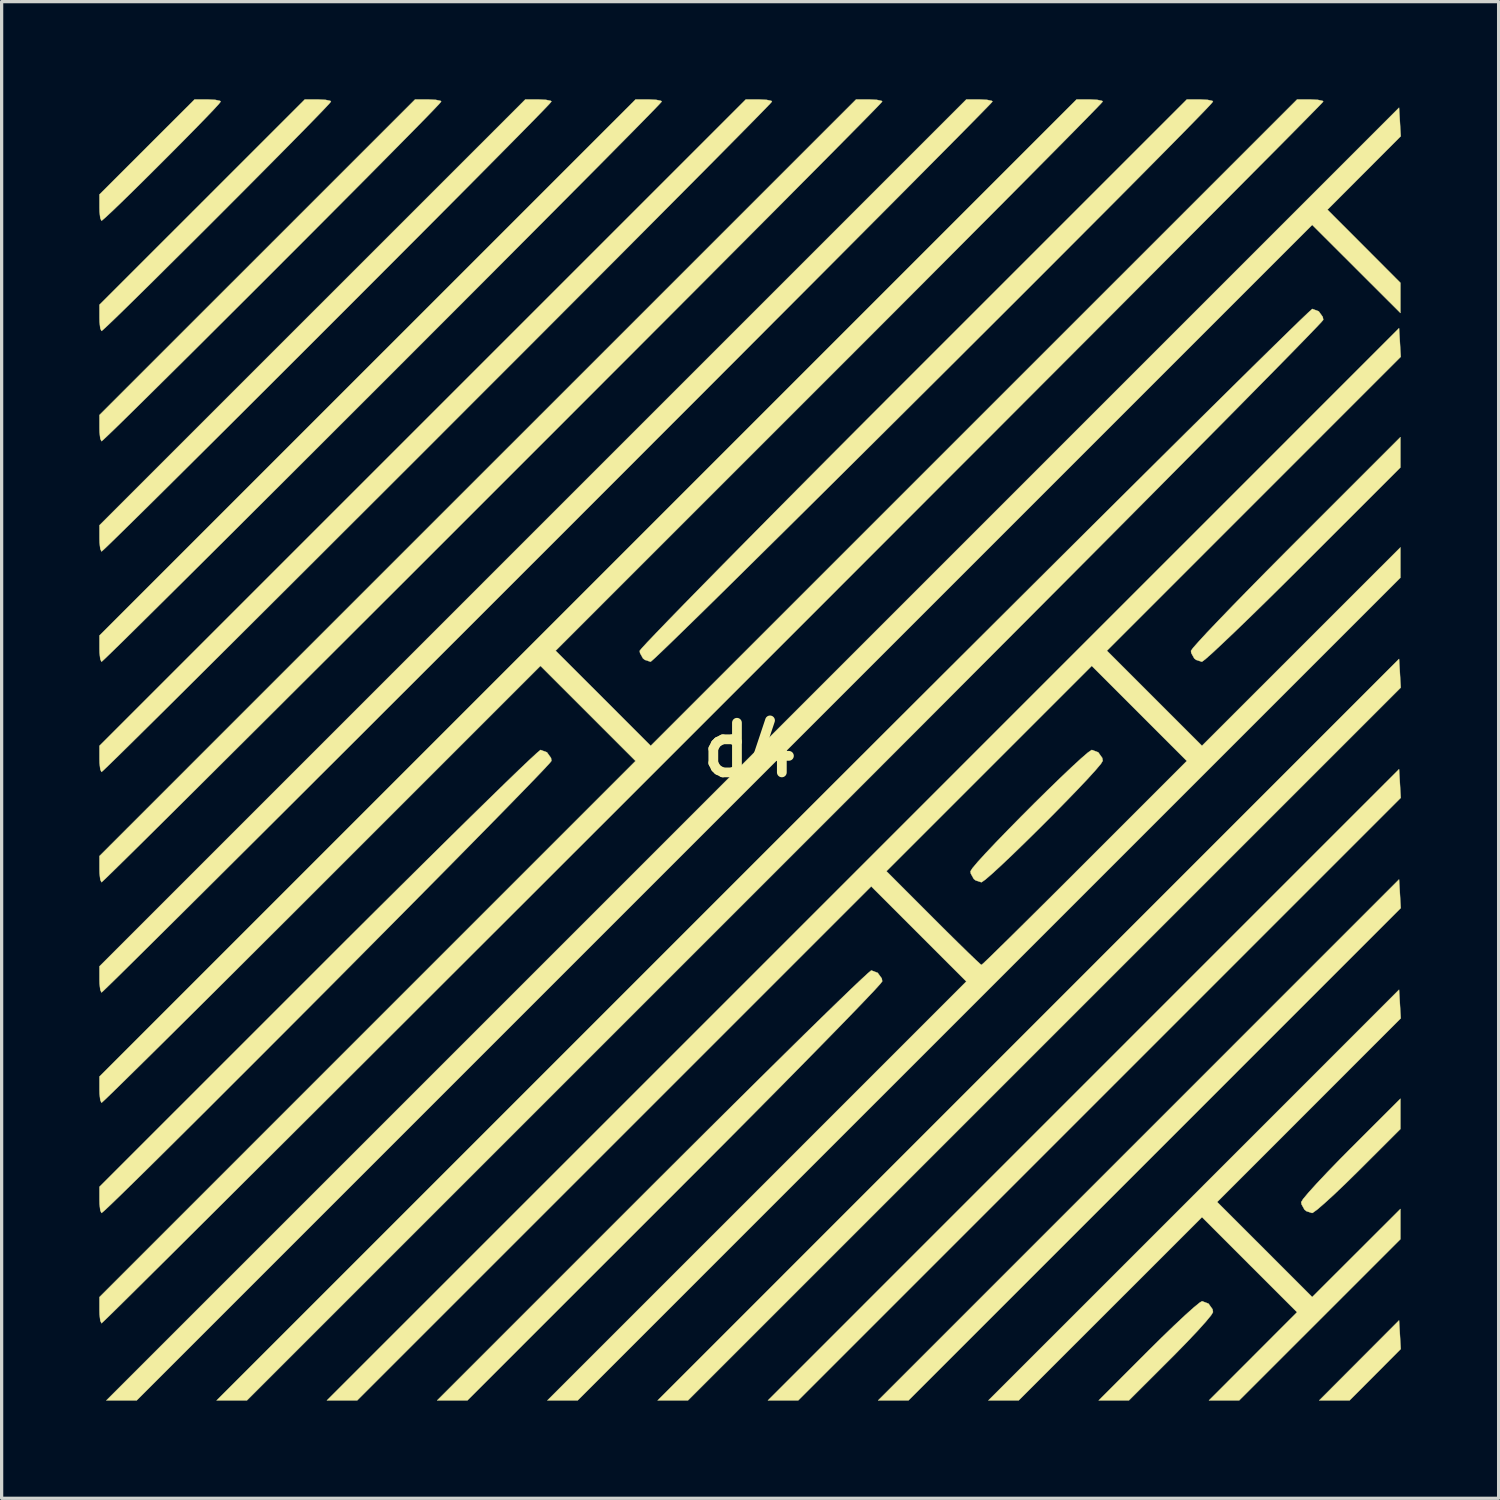
<source format=kicad_pcb>
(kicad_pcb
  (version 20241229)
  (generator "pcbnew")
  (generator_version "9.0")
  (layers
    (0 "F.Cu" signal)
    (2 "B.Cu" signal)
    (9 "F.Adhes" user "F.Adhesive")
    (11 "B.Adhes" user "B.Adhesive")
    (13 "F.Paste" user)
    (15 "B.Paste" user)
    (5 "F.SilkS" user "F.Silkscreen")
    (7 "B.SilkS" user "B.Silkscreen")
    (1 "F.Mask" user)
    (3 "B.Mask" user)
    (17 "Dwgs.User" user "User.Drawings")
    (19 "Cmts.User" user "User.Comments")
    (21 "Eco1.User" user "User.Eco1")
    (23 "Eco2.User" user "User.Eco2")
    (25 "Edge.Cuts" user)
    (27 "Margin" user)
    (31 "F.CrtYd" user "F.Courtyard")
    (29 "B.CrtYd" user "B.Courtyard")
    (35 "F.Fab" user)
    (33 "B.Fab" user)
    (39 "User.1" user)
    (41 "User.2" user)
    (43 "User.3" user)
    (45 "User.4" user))
  (footprint "d4"
    (layer "F.Cu")
    (at 19.986 19.986)
    (property "Reference" "d4" (at 0 0 0) (layer "F.SilkS") (effects (font (size 1.524 1.524) (thickness 0.3))))
    (attr through_hole)
    (fp_poly (pts (xy 19.965 17.962) (xy 19.991 18.402) (xy 19.205 19.192) (xy 18.418 19.981) (xy 17.486 19.981) (xy 18.712 18.752) (xy 19.939 17.522) (xy 19.965 17.962)) (stroke (width 0.01) (type solid)) (fill yes) (layer "F.SilkS"))
    (fp_poly (pts (xy 19.965 4.418) (xy 19.991 4.858) (xy 12.43 12.42) (xy 4.869 19.981) (xy 3.937 19.981) (xy 11.938 11.979) (xy 19.939 3.977) (xy 19.965 4.418)) (stroke (width 0.01) (type solid)) (fill yes) (layer "F.SilkS"))
    (fp_poly (pts (xy 19.965 1.031) (xy 19.991 1.471) (xy 10.737 10.726) (xy 1.482 19.981) (xy 0.551 19.981) (xy 10.245 10.286) (xy 19.939 0.591) (xy 19.965 1.031)) (stroke (width 0.01) (type solid)) (fill yes) (layer "F.SilkS"))
    (fp_poly (pts (xy 19.965 -2.355) (xy 19.991 -1.915) (xy 9.043 9.033) (xy -1.905 19.981) (xy -2.836 19.981) (xy 8.551 8.593) (xy 19.939 -2.796) (xy 19.965 -2.355)) (stroke (width 0.01) (type solid)) (fill yes) (layer "F.SilkS"))
    (fp_poly (pts (xy 19.991 -18.851) (xy 18.866 -17.723) (xy 17.74 -16.595) (xy 18.861 -15.472) (xy 19.981 -14.349) (xy 19.981 -13.422) (xy 18.626 -14.775) (xy 17.271 -16.128) (xy -0.784 1.927) (xy -18.838 19.981) (xy -19.77 19.981) (xy 0.085 0.126) (xy 19.939 -19.729) (xy 19.991 -18.851)) (stroke (width 0.01) (type solid)) (fill yes) (layer "F.SilkS"))
    (fp_poly (pts (xy 14.085 17.007) (xy 14.21 17.181) (xy 14.224 17.269) (xy 14.166 17.365) (xy 14.005 17.561) (xy 13.758 17.836) (xy 13.442 18.171) (xy 13.075 18.547) (xy 12.932 18.691) (xy 11.64 19.981) (xy 10.712 19.981) (xy 12.234 18.457) (xy 12.654 18.042) (xy 13.04 17.67) (xy 13.374 17.357) (xy 13.639 17.12) (xy 13.818 16.974) (xy 13.889 16.933) (xy 14.085 17.007)) (stroke (width 0.01) (type solid)) (fill yes) (layer "F.SilkS"))
    (fp_poly (pts (xy 19.965 7.804) (xy 19.991 8.244) (xy 14.352 13.886) (xy 15.812 15.345) (xy 17.271 16.805) (xy 18.626 15.452) (xy 19.981 14.099) (xy 19.981 15.029) (xy 17.504 17.505) (xy 15.027 19.981) (xy 14.099 19.981) (xy 15.452 18.626) (xy 16.805 17.271) (xy 15.345 15.812) (xy 13.886 14.352) (xy 8.254 19.981) (xy 7.324 19.981) (xy 13.632 13.673) (xy 19.939 7.364) (xy 19.965 7.804)) (stroke (width 0.01) (type solid)) (fill yes) (layer "F.SilkS"))
    (fp_poly (pts (xy 19.981 11.644) (xy 18.689 12.934) (xy 18.302 13.314) (xy 17.95 13.65) (xy 17.65 13.924) (xy 17.424 14.119) (xy 17.289 14.216) (xy 17.267 14.224) (xy 17.094 14.168) (xy 17.035 14.122) (xy 16.944 13.958) (xy 16.933 13.889) (xy 16.991 13.795) (xy 17.154 13.6) (xy 17.405 13.322) (xy 17.729 12.978) (xy 18.109 12.585) (xy 18.457 12.234) (xy 19.981 10.712) (xy 19.981 11.644)) (stroke (width 0.01) (type solid)) (fill yes) (layer "F.SilkS"))
    (fp_poly (pts (xy -16.423 -19.969) (xy -16.279 -19.938) (xy -16.256 -19.917) (xy -16.314 -19.842) (xy -16.474 -19.667) (xy -16.72 -19.41) (xy -17.033 -19.088) (xy -17.396 -18.719) (xy -17.789 -18.323) (xy -18.196 -17.916) (xy -18.598 -17.516) (xy -18.977 -17.142) (xy -19.316 -16.812) (xy -19.596 -16.543) (xy -19.799 -16.354) (xy -19.907 -16.262) (xy -19.919 -16.256) (xy -19.955 -16.332) (xy -19.978 -16.525) (xy -19.981 -16.659) (xy -19.981 -17.062) (xy -18.52 -18.522) (xy -17.059 -19.981) (xy -16.657 -19.981) (xy -16.423 -19.969)) (stroke (width 0.01) (type solid)) (fill yes) (layer "F.SilkS"))
    (fp_poly (pts (xy 19.981 -8.677) (xy 16.996 -5.693) (xy 16.407 -5.107) (xy 15.852 -4.559) (xy 15.341 -4.06) (xy 14.888 -3.623) (xy 14.504 -3.258) (xy 14.202 -2.976) (xy 13.992 -2.79) (xy 13.887 -2.711) (xy 13.881 -2.709) (xy 13.707 -2.766) (xy 13.648 -2.811) (xy 13.557 -2.975) (xy 13.547 -3.044) (xy 13.605 -3.127) (xy 13.773 -3.318) (xy 14.038 -3.606) (xy 14.392 -3.978) (xy 14.821 -4.423) (xy 15.316 -4.93) (xy 15.865 -5.488) (xy 16.457 -6.084) (xy 16.764 -6.392) (xy 19.981 -9.609) (xy 19.981 -8.677)) (stroke (width 0.01) (type solid)) (fill yes) (layer "F.SilkS"))
    (fp_poly (pts (xy -13.037 -19.969) (xy -12.892 -19.939) (xy -12.869 -19.917) (xy -12.927 -19.847) (xy -13.093 -19.67) (xy -13.354 -19.4) (xy -13.696 -19.049) (xy -14.107 -18.631) (xy -14.575 -18.158) (xy -15.086 -17.643) (xy -15.627 -17.099) (xy -16.186 -16.539) (xy -16.749 -15.976) (xy -17.305 -15.422) (xy -17.84 -14.891) (xy -18.34 -14.394) (xy -18.795 -13.946) (xy -19.189 -13.559) (xy -19.511 -13.246) (xy -19.748 -13.02) (xy -19.887 -12.892) (xy -19.918 -12.869) (xy -19.955 -12.945) (xy -19.978 -13.139) (xy -19.981 -13.272) (xy -19.981 -13.675) (xy -16.827 -16.828) (xy -13.673 -19.981) (xy -13.271 -19.981) (xy -13.037 -19.969)) (stroke (width 0.01) (type solid)) (fill yes) (layer "F.SilkS"))
    (fp_poly (pts (xy 3.925 6.847) (xy 4.05 7.02) (xy 4.064 7.108) (xy 4.005 7.184) (xy 3.834 7.373) (xy 3.559 7.664) (xy 3.187 8.051) (xy 2.726 8.526) (xy 2.184 9.08) (xy 1.569 9.707) (xy 0.889 10.397) (xy 0.151 11.142) (xy -0.637 11.936) (xy -1.467 12.769) (xy -2.307 13.61) (xy -8.679 19.981) (xy -9.609 19.981) (xy -3.006 13.377) (xy -2.125 12.498) (xy -1.277 11.653) (xy -0.468 10.85) (xy 0.292 10.097) (xy 0.998 9.401) (xy 1.639 8.769) (xy 2.21 8.211) (xy 2.702 7.733) (xy 3.107 7.342) (xy 3.418 7.048) (xy 3.626 6.856) (xy 3.724 6.775) (xy 3.729 6.773) (xy 3.925 6.847)) (stroke (width 0.01) (type solid)) (fill yes) (layer "F.SilkS"))
    (fp_poly (pts (xy -9.65 -19.969) (xy -9.505 -19.939) (xy -9.483 -19.918) (xy -9.541 -19.849) (xy -9.709 -19.671) (xy -9.976 -19.395) (xy -10.332 -19.032) (xy -10.766 -18.592) (xy -11.267 -18.085) (xy -11.826 -17.521) (xy -12.431 -16.913) (xy -13.072 -16.269) (xy -13.738 -15.601) (xy -14.419 -14.919) (xy -15.104 -14.234) (xy -15.784 -13.556) (xy -16.446 -12.896) (xy -17.081 -12.263) (xy -17.679 -11.67) (xy -18.228 -11.126) (xy -18.718 -10.642) (xy -19.139 -10.228) (xy -19.479 -9.895) (xy -19.73 -9.654) (xy -19.879 -9.514) (xy -19.918 -9.483) (xy -19.955 -9.559) (xy -19.978 -9.752) (xy -19.981 -9.885) (xy -19.981 -10.288) (xy -15.134 -15.134) (xy -10.286 -19.981) (xy -9.885 -19.981) (xy -9.65 -19.969)) (stroke (width 0.01) (type solid)) (fill yes) (layer "F.SilkS"))
    (fp_poly (pts (xy 10.699 0.073) (xy 10.823 0.247) (xy 10.837 0.335) (xy 10.779 0.429) (xy 10.616 0.622) (xy 10.367 0.896) (xy 10.05 1.231) (xy 9.682 1.611) (xy 9.283 2.017) (xy 8.869 2.431) (xy 8.46 2.834) (xy 8.074 3.209) (xy 7.728 3.537) (xy 7.441 3.801) (xy 7.232 3.982) (xy 7.117 4.062) (xy 7.107 4.064) (xy 6.934 4.008) (xy 6.875 3.962) (xy 6.784 3.798) (xy 6.773 3.729) (xy 6.832 3.635) (xy 6.994 3.442) (xy 7.244 3.168) (xy 7.561 2.833) (xy 7.929 2.453) (xy 8.328 2.047) (xy 8.741 1.633) (xy 9.15 1.23) (xy 9.537 0.855) (xy 9.882 0.527) (xy 10.169 0.263) (xy 10.379 0.082) (xy 10.494 0.002) (xy 10.504 0) (xy 10.699 0.073)) (stroke (width 0.01) (type solid)) (fill yes) (layer "F.SilkS"))
    (fp_poly (pts (xy -6.264 -19.969) (xy -6.119 -19.939) (xy -6.096 -19.918) (xy -6.155 -19.85) (xy -6.324 -19.672) (xy -6.595 -19.393) (xy -6.959 -19.022) (xy -7.407 -18.568) (xy -7.929 -18.041) (xy -8.516 -17.449) (xy -9.159 -16.802) (xy -9.849 -16.108) (xy -10.578 -15.377) (xy -11.334 -14.619) (xy -12.111 -13.841) (xy -12.897 -13.054) (xy -13.686 -12.266) (xy -14.466 -11.487) (xy -15.229 -10.726) (xy -15.966 -9.991) (xy -16.668 -9.293) (xy -17.325 -8.64) (xy -17.929 -8.04) (xy -18.469 -7.505) (xy -18.939 -7.042) (xy -19.327 -6.661) (xy -19.625 -6.37) (xy -19.823 -6.18) (xy -19.914 -6.098) (xy -19.918 -6.096) (xy -19.955 -6.172) (xy -19.978 -6.365) (xy -19.981 -6.498) (xy -19.981 -6.901) (xy -13.441 -13.441) (xy -6.9 -19.981) (xy -6.498 -19.981) (xy -6.264 -19.969)) (stroke (width 0.01) (type solid)) (fill yes) (layer "F.SilkS"))
    (fp_poly (pts (xy -2.877 -19.969) (xy -2.732 -19.939) (xy -2.709 -19.918) (xy -2.768 -19.851) (xy -2.938 -19.673) (xy -3.213 -19.391) (xy -3.582 -19.015) (xy -4.039 -18.553) (xy -4.575 -18.011) (xy -5.182 -17.4) (xy -5.852 -16.726) (xy -6.576 -15.998) (xy -7.347 -15.224) (xy -8.155 -14.413) (xy -8.994 -13.573) (xy -9.855 -12.711) (xy -10.729 -11.836) (xy -11.609 -10.956) (xy -12.486 -10.08) (xy -13.352 -9.215) (xy -14.198 -8.37) (xy -15.018 -7.553) (xy -15.802 -6.771) (xy -16.543 -6.034) (xy -17.231 -5.35) (xy -17.86 -4.726) (xy -18.42 -4.171) (xy -18.904 -3.692) (xy -19.303 -3.299) (xy -19.61 -3) (xy -19.815 -2.802) (xy -19.912 -2.713) (xy -19.918 -2.709) (xy -19.955 -2.785) (xy -19.978 -2.979) (xy -19.981 -3.112) (xy -19.981 -3.514) (xy -11.747 -11.748) (xy -3.513 -19.981) (xy -3.111 -19.981) (xy -2.877 -19.969)) (stroke (width 0.01) (type solid)) (fill yes) (layer "F.SilkS"))
    (fp_poly (pts (xy 19.965 -12.516) (xy 19.991 -12.076) (xy 15.478 -7.562) (xy 10.965 -3.048) (xy 13.885 -0.128) (xy 19.981 -6.222) (xy 19.981 -5.291) (xy 7.345 7.345) (xy -5.292 19.981) (xy -6.223 19.981) (xy 0.212 13.547) (xy 6.646 7.112) (xy 3.725 4.191) (xy -4.17 12.086) (xy -12.065 19.981) (xy -12.996 19.981) (xy 3.26 3.725) (xy 4.192 3.725) (xy 5.63 5.164) (xy 6.033 5.566) (xy 6.396 5.924) (xy 6.702 6.223) (xy 6.934 6.446) (xy 7.076 6.577) (xy 7.111 6.604) (xy 7.178 6.546) (xy 7.353 6.379) (xy 7.624 6.114) (xy 7.982 5.763) (xy 8.414 5.336) (xy 8.909 4.845) (xy 9.456 4.301) (xy 10.044 3.714) (xy 10.287 3.471) (xy 13.419 0.339) (xy 11.959 -1.122) (xy 10.499 -2.582) (xy 4.192 3.725) (xy 3.26 3.725) (xy 19.939 -12.956) (xy 19.965 -12.516)) (stroke (width 0.01) (type solid)) (fill yes) (layer "F.SilkS"))
    (fp_poly (pts (xy 0.51 -19.969) (xy 0.655 -19.939) (xy 0.677 -19.918) (xy 0.619 -19.851) (xy 0.447 -19.673) (xy 0.171 -19.39) (xy -0.203 -19.01) (xy -0.667 -18.541) (xy -1.213 -17.989) (xy -1.835 -17.363) (xy -2.524 -16.67) (xy -3.273 -15.917) (xy -4.075 -15.111) (xy -4.923 -14.261) (xy -5.808 -13.374) (xy -6.723 -12.457) (xy -7.661 -11.518) (xy -8.615 -10.564) (xy -9.576 -9.602) (xy -10.537 -8.641) (xy -11.492 -7.687) (xy -12.432 -6.749) (xy -13.349 -5.833) (xy -14.237 -4.947) (xy -15.089 -4.098) (xy -15.895 -3.295) (xy -16.65 -2.544) (xy -17.345 -1.853) (xy -17.973 -1.229) (xy -18.527 -0.681) (xy -18.999 -0.214) (xy -19.381 0.162) (xy -19.667 0.441) (xy -19.848 0.615) (xy -19.918 0.677) (xy -19.918 0.677) (xy -19.955 0.601) (xy -19.978 0.408) (xy -19.981 0.275) (xy -19.981 -0.127) (xy -10.054 -10.054) (xy -0.127 -19.981) (xy 0.275 -19.981) (xy 0.51 -19.969)) (stroke (width 0.01) (type solid)) (fill yes) (layer "F.SilkS"))
    (fp_poly (pts (xy 3.896 -19.969) (xy 4.041 -19.939) (xy 4.064 -19.918) (xy 4.005 -19.852) (xy 3.833 -19.673) (xy 3.555 -19.389) (xy 3.178 -19.007) (xy 2.709 -18.532) (xy 2.154 -17.972) (xy 1.521 -17.335) (xy 0.817 -16.626) (xy 0.048 -15.854) (xy -0.779 -15.024) (xy -1.656 -14.143) (xy -2.577 -13.22) (xy -3.535 -12.26) (xy -4.523 -11.271) (xy -5.534 -10.259) (xy -6.561 -9.231) (xy -7.597 -8.195) (xy -8.635 -7.157) (xy -9.669 -6.124) (xy -10.69 -5.103) (xy -11.694 -4.101) (xy -12.671 -3.125) (xy -13.617 -2.182) (xy -14.523 -1.278) (xy -15.382 -0.422) (xy -16.189 0.381) (xy -16.935 1.124) (xy -17.614 1.799) (xy -18.22 2.4) (xy -18.744 2.919) (xy -19.181 3.35) (xy -19.523 3.686) (xy -19.763 3.92) (xy -19.894 4.044) (xy -19.918 4.064) (xy -19.955 3.988) (xy -19.978 3.795) (xy -19.981 3.662) (xy -19.981 3.259) (xy -8.361 -8.361) (xy 3.26 -19.981) (xy 3.662 -19.981) (xy 3.896 -19.969)) (stroke (width 0.01) (type solid)) (fill yes) (layer "F.SilkS"))
    (fp_poly (pts (xy 17.472 -13.473) (xy 17.596 -13.3) (xy 17.611 -13.212) (xy 17.552 -13.142) (xy 17.377 -12.957) (xy 17.093 -12.662) (xy 16.703 -12.262) (xy 16.213 -11.762) (xy 15.627 -11.167) (xy 14.951 -10.481) (xy 14.188 -9.71) (xy 13.344 -8.858) (xy 12.424 -7.93) (xy 11.432 -6.931) (xy 10.373 -5.866) (xy 9.252 -4.74) (xy 8.075 -3.558) (xy 6.845 -2.324) (xy 5.568 -1.043) (xy 4.248 0.279) (xy 2.891 1.638) (xy 1.5 3.029) (xy 1.079 3.45) (xy -15.452 19.981) (xy -16.383 19.981) (xy 0.381 3.217) (xy 1.791 1.808) (xy 3.17 0.43) (xy 4.513 -0.911) (xy 5.817 -2.212) (xy 7.076 -3.466) (xy 8.284 -4.67) (xy 9.438 -5.819) (xy 10.533 -6.908) (xy 11.563 -7.931) (xy 12.524 -8.885) (xy 13.41 -9.764) (xy 14.218 -10.563) (xy 14.943 -11.279) (xy 15.578 -11.905) (xy 16.121 -12.438) (xy 16.565 -12.872) (xy 16.906 -13.203) (xy 17.14 -13.426) (xy 17.26 -13.535) (xy 17.276 -13.547) (xy 17.472 -13.473)) (stroke (width 0.01) (type solid)) (fill yes) (layer "F.SilkS"))
    (fp_poly (pts (xy 7.283 -19.969) (xy 7.428 -19.939) (xy 7.451 -19.918) (xy 7.392 -19.852) (xy 7.219 -19.674) (xy 6.94 -19.389) (xy 6.56 -19.003) (xy 6.087 -18.525) (xy 5.525 -17.959) (xy 4.883 -17.312) (xy 4.166 -16.591) (xy 3.381 -15.803) (xy 2.535 -14.953) (xy 1.633 -14.048) (xy 0.683 -13.096) (xy -0.309 -12.101) (xy -1.337 -11.071) (xy -2.395 -10.013) (xy -3.474 -8.932) (xy -4.571 -7.835) (xy -5.676 -6.728) (xy -6.786 -5.619) (xy -7.892 -4.514) (xy -8.988 -3.418) (xy -10.068 -2.339) (xy -11.125 -1.284) (xy -12.153 -0.257) (xy -13.146 0.733) (xy -14.096 1.681) (xy -14.998 2.58) (xy -15.845 3.423) (xy -16.63 4.205) (xy -17.347 4.918) (xy -17.99 5.556) (xy -18.552 6.113) (xy -19.026 6.582) (xy -19.406 6.957) (xy -19.686 7.231) (xy -19.859 7.398) (xy -19.918 7.451) (xy -19.955 7.375) (xy -19.978 7.181) (xy -19.981 7.049) (xy -19.981 6.647) (xy -6.668 -6.667) (xy 6.646 -19.981) (xy 7.048 -19.981) (xy 7.283 -19.969)) (stroke (width 0.01) (type solid)) (fill yes) (layer "F.SilkS"))
    (fp_poly (pts (xy -6.235 0.073) (xy -6.11 0.247) (xy -6.096 0.335) (xy -6.154 0.407) (xy -6.324 0.591) (xy -6.595 0.875) (xy -6.959 1.251) (xy -7.406 1.71) (xy -7.927 2.242) (xy -8.514 2.839) (xy -9.157 3.492) (xy -9.847 4.19) (xy -10.574 4.925) (xy -11.331 5.688) (xy -12.107 6.47) (xy -12.893 7.261) (xy -13.681 8.052) (xy -14.461 8.834) (xy -15.224 9.598) (xy -15.961 10.334) (xy -16.662 11.035) (xy -17.32 11.689) (xy -17.924 12.289) (xy -18.465 12.825) (xy -18.935 13.287) (xy -19.324 13.667) (xy -19.623 13.956) (xy -19.822 14.144) (xy -19.914 14.222) (xy -19.918 14.224) (xy -19.955 14.148) (xy -19.978 13.955) (xy -19.981 13.822) (xy -19.981 13.419) (xy -13.271 6.71) (xy -12.384 5.823) (xy -11.528 4.971) (xy -10.712 4.161) (xy -9.944 3.4) (xy -9.231 2.696) (xy -8.582 2.057) (xy -8.002 1.49) (xy -7.502 1.003) (xy -7.088 0.603) (xy -6.768 0.299) (xy -6.549 0.097) (xy -6.44 0.005) (xy -6.43 0) (xy -6.235 0.073)) (stroke (width 0.01) (type solid)) (fill yes) (layer "F.SilkS"))
    (fp_poly (pts (xy 14.056 -19.969) (xy 14.201 -19.939) (xy 14.224 -19.918) (xy 14.165 -19.846) (xy 13.994 -19.664) (xy 13.719 -19.38) (xy 13.348 -19) (xy 12.89 -18.535) (xy 12.352 -17.991) (xy 11.743 -17.377) (xy 11.071 -16.701) (xy 10.344 -15.972) (xy 9.571 -15.197) (xy 8.76 -14.385) (xy 7.918 -13.544) (xy 7.054 -12.682) (xy 6.177 -11.807) (xy 5.294 -10.928) (xy 4.414 -10.052) (xy 3.545 -9.188) (xy 2.695 -8.344) (xy 1.872 -7.528) (xy 1.085 -6.748) (xy 0.341 -6.013) (xy -0.35 -5.33) (xy -0.981 -4.708) (xy -1.544 -4.155) (xy -2.031 -3.68) (xy -2.432 -3.29) (xy -2.741 -2.993) (xy -2.948 -2.798) (xy -3.046 -2.713) (xy -3.052 -2.709) (xy -3.226 -2.766) (xy -3.285 -2.811) (xy -3.376 -2.975) (xy -3.387 -3.044) (xy -3.328 -3.118) (xy -3.156 -3.305) (xy -2.877 -3.598) (xy -2.499 -3.99) (xy -2.029 -4.473) (xy -1.472 -5.042) (xy -0.836 -5.689) (xy -0.127 -6.407) (xy 0.647 -7.19) (xy 1.48 -8.03) (xy 2.365 -8.92) (xy 3.296 -9.855) (xy 4.265 -10.826) (xy 5.017 -11.578) (xy 13.42 -19.981) (xy 13.822 -19.981) (xy 14.056 -19.969)) (stroke (width 0.01) (type solid)) (fill yes) (layer "F.SilkS"))
    (fp_poly (pts (xy 10.67 -19.969) (xy 10.815 -19.939) (xy 10.837 -19.918) (xy 10.779 -19.852) (xy 10.607 -19.673) (xy 10.329 -19.388) (xy 9.951 -19.003) (xy 9.481 -18.527) (xy 8.924 -17.965) (xy 8.289 -17.324) (xy 7.581 -16.611) (xy 6.807 -15.834) (xy 5.975 -14.998) (xy 5.09 -14.11) (xy 4.16 -13.178) (xy 3.192 -12.209) (xy 2.434 -11.451) (xy -5.969 -3.048) (xy -4.508 -1.588) (xy -3.048 -0.127) (xy 6.879 -10.054) (xy 16.807 -19.981) (xy 17.209 -19.981) (xy 17.443 -19.969) (xy 17.588 -19.939) (xy 17.611 -19.918) (xy 17.552 -19.853) (xy 17.378 -19.674) (xy 17.096 -19.387) (xy 16.711 -18.997) (xy 16.228 -18.509) (xy 15.652 -17.93) (xy 14.99 -17.263) (xy 14.247 -16.516) (xy 13.428 -15.694) (xy 12.539 -14.802) (xy 11.586 -13.846) (xy 10.573 -12.83) (xy 9.507 -11.762) (xy 8.393 -10.646) (xy 7.237 -9.487) (xy 6.043 -8.293) (xy 4.819 -7.067) (xy 3.568 -5.815) (xy 2.298 -4.543) (xy 1.012 -3.257) (xy -0.283 -1.962) (xy -1.581 -0.664) (xy -2.878 0.633) (xy -4.167 1.922) (xy -5.444 3.197) (xy -6.702 4.455) (xy -7.936 5.687) (xy -9.141 6.89) (xy -10.31 8.058) (xy -11.439 9.185) (xy -12.522 10.266) (xy -13.554 11.295) (xy -14.528 12.266) (xy -15.44 13.174) (xy -16.283 14.014) (xy -17.053 14.78) (xy -17.743 15.467) (xy -18.349 16.068) (xy -18.864 16.579) (xy -19.283 16.994) (xy -19.601 17.307) (xy -19.812 17.512) (xy -19.911 17.606) (xy -19.918 17.611) (xy -19.955 17.535) (xy -19.978 17.342) (xy -19.981 17.209) (xy -19.981 16.807) (xy -11.748 8.573) (xy -3.514 0.339) (xy -4.974 -1.122) (xy -6.435 -2.582) (xy -13.145 4.128) (xy -14.031 5.014) (xy -14.885 5.865) (xy -15.697 6.675) (xy -16.461 7.436) (xy -17.169 8.139) (xy -17.813 8.778) (xy -18.386 9.345) (xy -18.88 9.832) (xy -19.287 10.232) (xy -19.599 10.537) (xy -19.81 10.74) (xy -19.91 10.832) (xy -19.918 10.837) (xy -19.955 10.761) (xy -19.978 10.568) (xy -19.981 10.435) (xy -19.981 10.033) (xy -4.974 -4.974) (xy 10.033 -19.981) (xy 10.435 -19.981) (xy 10.67 -19.969)) (stroke (width 0.01) (type solid)) (fill yes) (layer "F.SilkS")))
  (gr_rect
    (start -3 -3)
    (end 42.983 42.973)
    (stroke (width 0.1) (type default))
    (fill no)
    (layer "Edge.Cuts")))
</source>
